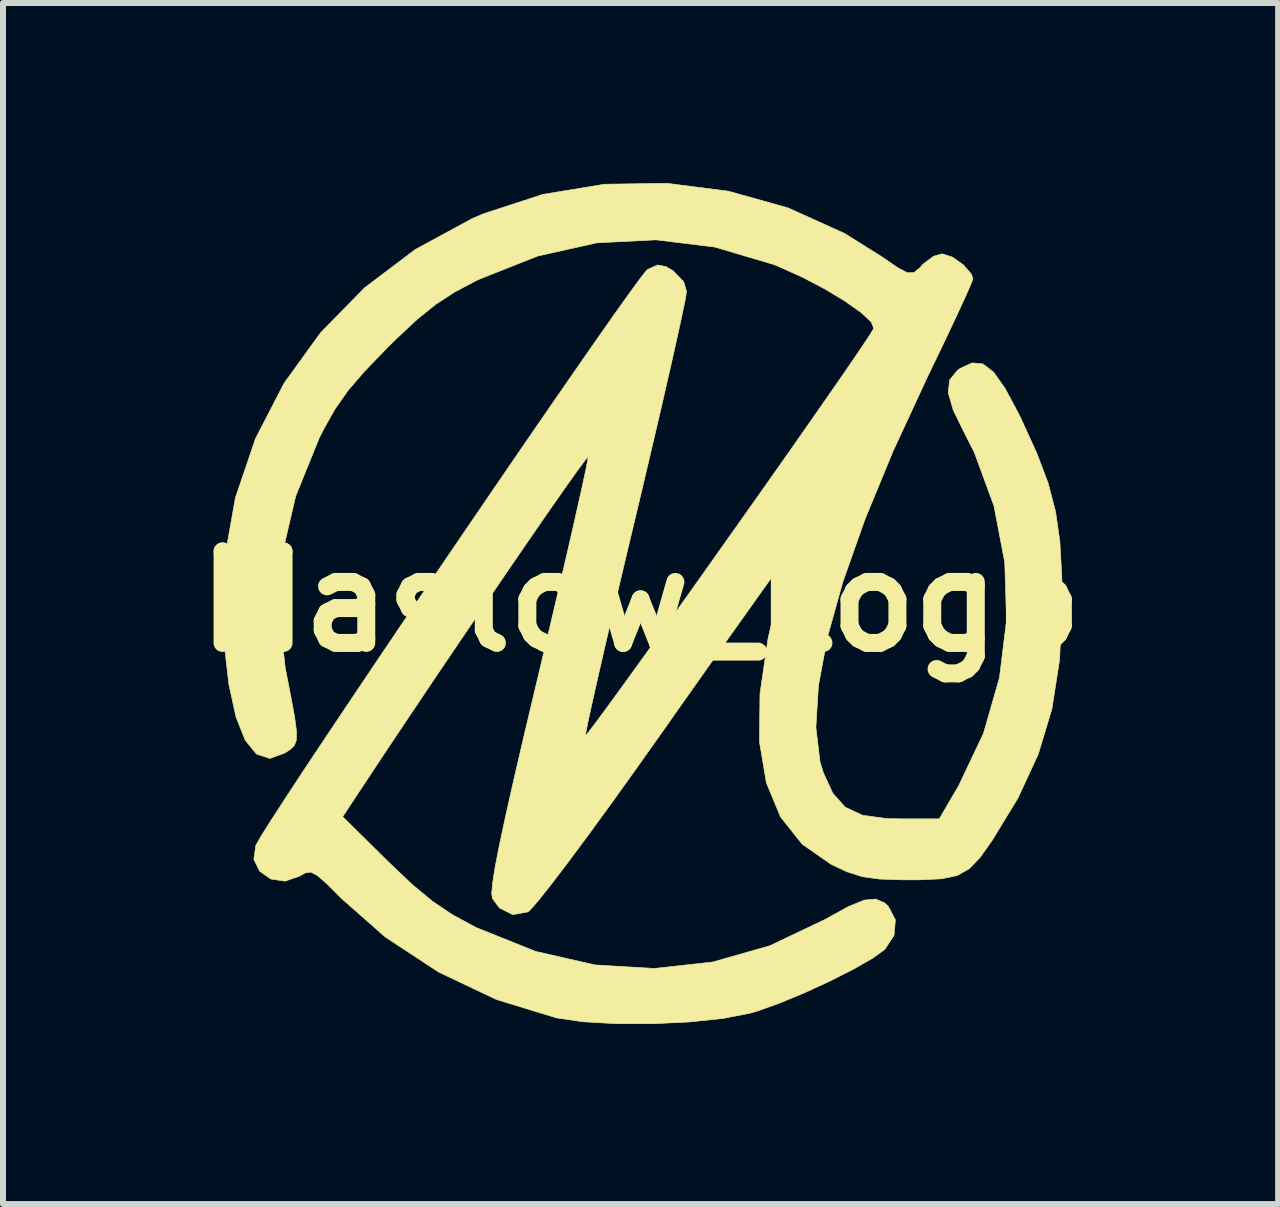
<source format=kicad_pcb>
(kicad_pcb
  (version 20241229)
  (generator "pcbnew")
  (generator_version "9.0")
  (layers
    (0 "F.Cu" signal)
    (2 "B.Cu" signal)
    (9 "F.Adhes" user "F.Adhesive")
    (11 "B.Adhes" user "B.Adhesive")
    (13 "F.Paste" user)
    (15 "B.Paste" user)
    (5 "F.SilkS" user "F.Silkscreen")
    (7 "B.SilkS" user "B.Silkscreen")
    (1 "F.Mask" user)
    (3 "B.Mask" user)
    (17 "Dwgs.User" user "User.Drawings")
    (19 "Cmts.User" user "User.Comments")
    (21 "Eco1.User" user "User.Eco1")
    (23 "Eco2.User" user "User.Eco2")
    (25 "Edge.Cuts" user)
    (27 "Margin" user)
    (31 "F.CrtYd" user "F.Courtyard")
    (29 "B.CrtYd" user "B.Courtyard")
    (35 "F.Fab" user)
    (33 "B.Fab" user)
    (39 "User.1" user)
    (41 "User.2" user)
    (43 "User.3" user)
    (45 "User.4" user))
  (footprint "Maslow_Logo"
    (layer "F.Cu")
    (at 7.627 6.977)
    (property "Reference" "Maslow_Logo" (at 0 0 0) (layer "F.SilkS") (effects (font (size 1.524 1.524) (thickness 0.3))))
    (attr through_hole)
    (fp_poly (pts (xy 1.466 -6.84) (xy 2.461 -6.561) (xy 3.399 -6.137) (xy 4.028 -5.743) (xy 4.285 -5.566) (xy 4.447 -5.481) (xy 4.557 -5.483) (xy 4.656 -5.563) (xy 4.711 -5.626) (xy 4.885 -5.756) (xy 5.028 -5.796) (xy 5.2 -5.741) (xy 5.384 -5.61) (xy 5.515 -5.458) (xy 5.54 -5.38) (xy 5.505 -5.284) (xy 5.405 -5.059) (xy 5.253 -4.729) (xy 5.059 -4.318) (xy 4.834 -3.851) (xy 4.78 -3.739) (xy 4.207 -2.501) (xy 3.738 -1.363) (xy 3.373 -0.33) (xy 3.115 0.595) (xy 2.965 1.405) (xy 2.923 2.098) (xy 2.991 2.667) (xy 3.045 2.848) (xy 3.206 3.198) (xy 3.413 3.429) (xy 3.7 3.562) (xy 4.1 3.617) (xy 4.329 3.622) (xy 4.98 3.622) (xy 5.303 3.069) (xy 5.717 2.196) (xy 5.983 1.268) (xy 6.101 0.31) (xy 6.071 -0.653) (xy 5.891 -1.594) (xy 5.562 -2.49) (xy 5.407 -2.794) (xy 5.213 -3.189) (xy 5.129 -3.48) (xy 5.152 -3.693) (xy 5.282 -3.853) (xy 5.331 -3.888) (xy 5.528 -3.978) (xy 5.707 -3.961) (xy 5.884 -3.825) (xy 6.076 -3.554) (xy 6.299 -3.137) (xy 6.341 -3.051) (xy 6.605 -2.473) (xy 6.794 -1.974) (xy 6.918 -1.5) (xy 6.99 -0.999) (xy 7.022 -0.416) (xy 7.026 0.043) (xy 6.985 0.971) (xy 6.857 1.79) (xy 6.63 2.544) (xy 6.29 3.278) (xy 5.857 3.988) (xy 5.658 4.268) (xy 5.479 4.454) (xy 5.279 4.567) (xy 5.016 4.622) (xy 4.648 4.639) (xy 4.371 4.639) (xy 3.982 4.626) (xy 3.694 4.586) (xy 3.437 4.503) (xy 3.178 4.381) (xy 2.695 4.045) (xy 2.334 3.591) (xy 2.097 3.02) (xy 1.982 2.335) (xy 1.991 1.535) (xy 2.124 0.622) (xy 2.247 0.085) (xy 2.333 -0.26) (xy 2.398 -0.535) (xy 2.434 -0.705) (xy 2.438 -0.741) (xy 2.388 -0.678) (xy 2.25 -0.489) (xy 2.034 -0.189) (xy 1.752 0.208) (xy 1.412 0.686) (xy 1.026 1.232) (xy 0.602 1.832) (xy 0.374 2.157) (xy -0.071 2.785) (xy -0.492 3.372) (xy -0.878 3.902) (xy -1.218 4.359) (xy -1.5 4.729) (xy -1.713 4.997) (xy -1.846 5.147) (xy -1.877 5.173) (xy -2.13 5.219) (xy -2.352 5.107) (xy -2.468 4.95) (xy -2.481 4.867) (xy -2.467 4.699) (xy -2.426 4.436) (xy -2.354 4.066) (xy -2.249 3.577) (xy -2.11 2.958) (xy -1.933 2.197) (xy -1.716 1.284) (xy -1.702 1.226) (xy -1.523 0.472) (xy -1.358 -0.231) (xy -1.21 -0.865) (xy -1.085 -1.414) (xy -0.985 -1.859) (xy -0.915 -2.184) (xy -0.878 -2.371) (xy -0.874 -2.41) (xy -0.924 -2.355) (xy -1.058 -2.174) (xy -1.265 -1.883) (xy -1.534 -1.498) (xy -1.854 -1.035) (xy -2.214 -0.51) (xy -2.604 0.062) (xy -3.013 0.664) (xy -3.43 1.281) (xy -3.843 1.896) (xy -4.243 2.494) (xy -4.617 3.059) (xy -4.805 3.344) (xy -4.965 3.587) (xy -4.204 4.338) (xy -3.808 4.715) (xy -3.469 4.996) (xy -3.138 5.219) (xy -2.765 5.421) (xy -2.724 5.441) (xy -1.747 5.832) (xy -0.76 6.057) (xy 0.226 6.116) (xy 1.2 6.009) (xy 2.153 5.738) (xy 3.072 5.301) (xy 3.102 5.284) (xy 3.469 5.082) (xy 3.731 4.976) (xy 3.92 4.959) (xy 4.068 5.024) (xy 4.128 5.078) (xy 4.248 5.305) (xy 4.226 5.565) (xy 4.07 5.8) (xy 3.871 5.944) (xy 3.553 6.126) (xy 3.16 6.325) (xy 2.733 6.522) (xy 2.315 6.695) (xy 1.949 6.826) (xy 1.833 6.86) (xy 1.384 6.948) (xy 0.826 7.007) (xy 0.212 7.037) (xy -0.4 7.037) (xy -0.957 7.005) (xy -1.403 6.94) (xy -1.406 6.939) (xy -2.404 6.633) (xy -3.365 6.177) (xy -4.254 5.593) (xy -4.977 4.956) (xy -5.225 4.708) (xy -5.387 4.566) (xy -5.498 4.51) (xy -5.591 4.524) (xy -5.68 4.576) (xy -5.927 4.661) (xy -6.163 4.625) (xy -6.349 4.495) (xy -6.446 4.298) (xy -6.413 4.064) (xy -6.41 4.059) (xy -6.329 3.917) (xy -6.163 3.653) (xy -5.923 3.283) (xy -5.619 2.82) (xy -5.259 2.279) (xy -4.854 1.674) (xy -4.414 1.019) (xy -3.948 0.328) (xy -3.466 -0.384) (xy -2.978 -1.102) (xy -2.493 -1.813) (xy -2.021 -2.502) (xy -1.572 -3.155) (xy -1.155 -3.758) (xy -0.781 -4.297) (xy -0.459 -4.756) (xy -0.198 -5.122) (xy -0.009 -5.381) (xy 0.098 -5.518) (xy 0.117 -5.535) (xy 0.282 -5.61) (xy 0.425 -5.583) (xy 0.544 -5.512) (xy 0.719 -5.331) (xy 0.767 -5.169) (xy 0.748 -5.046) (xy 0.692 -4.776) (xy 0.605 -4.377) (xy 0.49 -3.866) (xy 0.352 -3.262) (xy 0.193 -2.583) (xy 0.02 -1.848) (xy -0.086 -1.402) (xy -0.266 -0.648) (xy -0.431 0.054) (xy -0.579 0.688) (xy -0.705 1.236) (xy -0.805 1.681) (xy -0.876 2.006) (xy -0.913 2.192) (xy -0.917 2.231) (xy -0.866 2.175) (xy -0.729 1.995) (xy -0.518 1.708) (xy -0.243 1.33) (xy 0.084 0.877) (xy 0.451 0.364) (xy 0.848 -0.191) (xy 1.261 -0.774) (xy 1.681 -1.367) (xy 2.096 -1.954) (xy 2.494 -2.52) (xy 2.863 -3.048) (xy 3.193 -3.522) (xy 3.472 -3.925) (xy 3.688 -4.243) (xy 3.831 -4.458) (xy 3.887 -4.554) (xy 3.844 -4.662) (xy 3.673 -4.82) (xy 3.404 -5.01) (xy 3.067 -5.213) (xy 2.689 -5.411) (xy 2.301 -5.585) (xy 2.216 -5.619) (xy 1.238 -5.909) (xy 0.256 -6.029) (xy -0.73 -5.979) (xy -1.715 -5.759) (xy -2.698 -5.369) (xy -2.728 -5.355) (xy -3.091 -5.163) (xy -3.405 -4.96) (xy -3.717 -4.71) (xy -4.073 -4.378) (xy -4.226 -4.226) (xy -4.598 -3.841) (xy -4.875 -3.519) (xy -5.091 -3.211) (xy -5.283 -2.871) (xy -5.355 -2.728) (xy -5.748 -1.758) (xy -5.972 -0.798) (xy -6.029 0.16) (xy -5.922 1.108) (xy -5.828 1.589) (xy -5.765 1.93) (xy -5.735 2.16) (xy -5.736 2.307) (xy -5.77 2.399) (xy -5.836 2.463) (xy -5.925 2.523) (xy -6.178 2.615) (xy -6.4 2.544) (xy -6.59 2.311) (xy -6.744 1.922) (xy -6.862 1.38) (xy -6.942 0.689) (xy -6.962 0.382) (xy -6.938 -0.692) (xy -6.753 -1.73) (xy -6.418 -2.717) (xy -5.942 -3.639) (xy -5.333 -4.481) (xy -4.602 -5.228) (xy -3.757 -5.867) (xy -2.807 -6.383) (xy -2.618 -6.464) (xy -1.629 -6.787) (xy -0.602 -6.956) (xy 0.437 -6.972) (xy 1.466 -6.84)) (stroke (width 0.01) (type solid)) (fill yes) (layer "F.SilkS")))
  (gr_rect
    (start -3 -3)
    (end 18.255 17.02)
    (stroke (width 0.1) (type default))
    (fill no)
    (layer "Edge.Cuts")))
</source>
